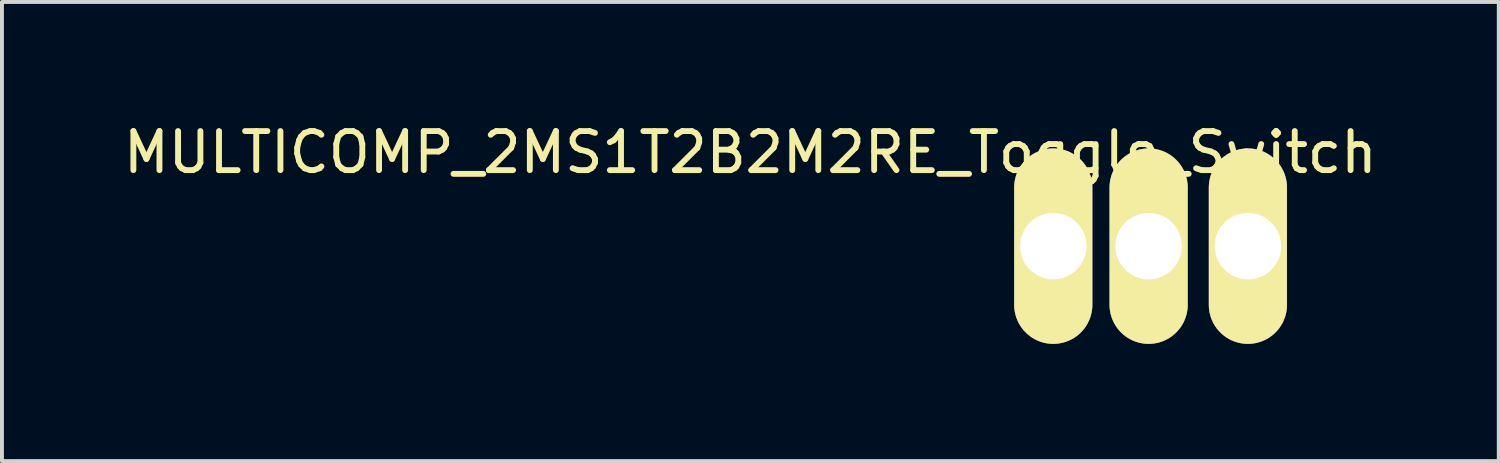
<source format=kicad_pcb>
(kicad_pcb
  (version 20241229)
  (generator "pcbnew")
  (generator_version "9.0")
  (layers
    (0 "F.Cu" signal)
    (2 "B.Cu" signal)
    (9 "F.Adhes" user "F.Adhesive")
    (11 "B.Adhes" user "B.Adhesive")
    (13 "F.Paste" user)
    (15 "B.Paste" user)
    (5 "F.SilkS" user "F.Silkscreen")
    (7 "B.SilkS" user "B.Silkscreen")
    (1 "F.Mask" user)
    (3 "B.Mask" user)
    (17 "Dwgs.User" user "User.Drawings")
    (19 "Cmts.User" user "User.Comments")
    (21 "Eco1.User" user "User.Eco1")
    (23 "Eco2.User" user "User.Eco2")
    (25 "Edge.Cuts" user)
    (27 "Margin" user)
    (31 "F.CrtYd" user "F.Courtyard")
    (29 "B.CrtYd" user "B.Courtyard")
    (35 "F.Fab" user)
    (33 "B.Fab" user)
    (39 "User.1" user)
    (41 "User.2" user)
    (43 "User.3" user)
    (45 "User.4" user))
  (footprint "MULTICOMP_2MS1T2B2M2RE_Toggle_Switch"
    (layer "F.Cu")
    (at 23.799 3.248)
    (property "Reference" "MULTICOMP_2MS1T2B2M2RE_Toggle_Switch" (at -7.65 -2.4 0) (layer "F.SilkS") (effects (font (size 1 1) (thickness 0.15))))
    (attr through_hole)
    (pad "1" thru_hole oval (at 0.1 0) (size 2 5) (drill 1.7) (layers "*.Cu" "*.Mask" "F.SilkS"))
    (pad "2" thru_hole oval (at 2.54 0) (size 2 5) (drill 1.7) (layers "*.Cu" "*.Mask" "F.SilkS"))
    (pad "3" thru_hole oval (at 5.08 0) (size 2 5) (drill 1.7) (layers "*.Cu" "*.Mask" "F.SilkS")))
  (gr_rect
    (start -3 -3)
    (end 35.298 8.748)
    (stroke (width 0.1) (type default))
    (fill no)
    (layer "Edge.Cuts")))
</source>
